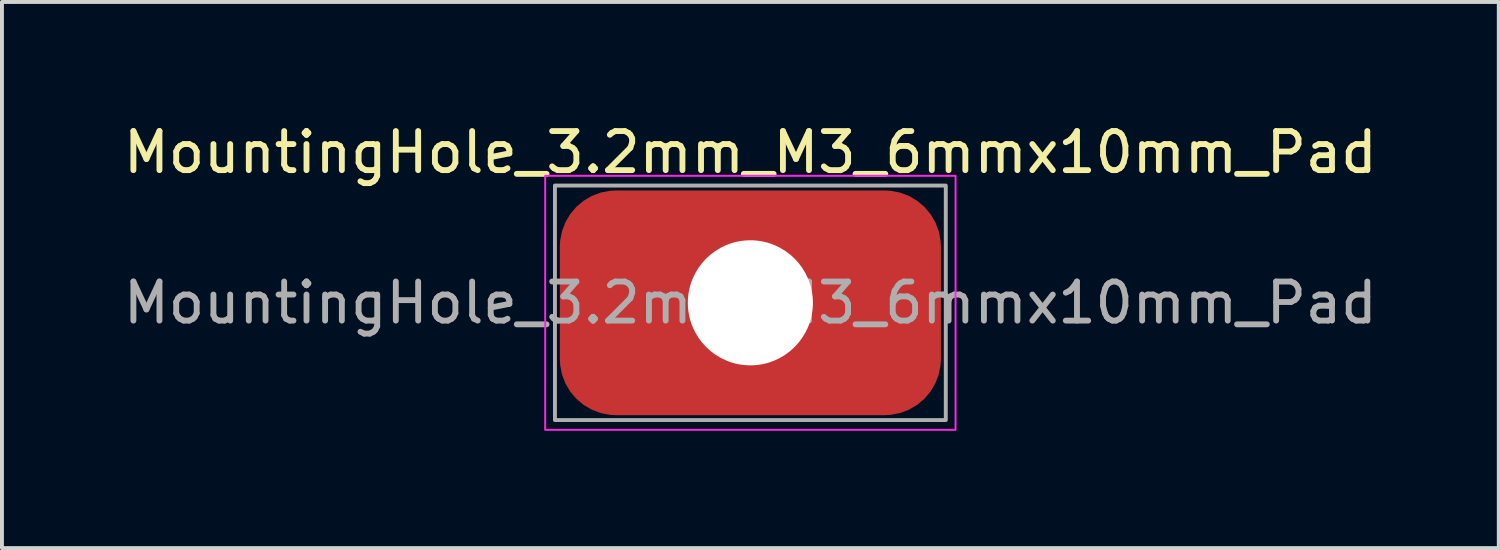
<source format=kicad_pcb>
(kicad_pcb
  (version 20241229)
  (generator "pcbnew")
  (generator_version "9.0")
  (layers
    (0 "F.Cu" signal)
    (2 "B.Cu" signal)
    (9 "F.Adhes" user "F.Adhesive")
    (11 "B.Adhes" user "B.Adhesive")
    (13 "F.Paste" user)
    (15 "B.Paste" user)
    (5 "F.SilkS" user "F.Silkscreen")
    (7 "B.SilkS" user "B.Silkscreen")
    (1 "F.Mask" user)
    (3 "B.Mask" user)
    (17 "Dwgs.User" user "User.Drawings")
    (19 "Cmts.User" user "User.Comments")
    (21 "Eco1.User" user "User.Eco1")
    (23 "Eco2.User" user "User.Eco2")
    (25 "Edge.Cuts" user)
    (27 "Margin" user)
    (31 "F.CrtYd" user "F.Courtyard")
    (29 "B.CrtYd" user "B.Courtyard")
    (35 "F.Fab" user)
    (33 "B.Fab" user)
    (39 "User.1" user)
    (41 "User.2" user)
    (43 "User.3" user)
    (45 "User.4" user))
  (footprint "MountingHole_3.2mm_M3_6mmx10mm_Pad"
    (layer "F.Cu")
    (at 16.149 4.698)
    (property "Reference" "MountingHole_3.2mm_M3_6mmx10mm_Pad" (at 0 -3.85 0) (layer "F.SilkS") (effects (font (size 1 1) (thickness 0.15))))
    (attr exclude_from_pos_files exclude_from_bom)
    (fp_rect (start -5.25 -3.25) (end 5.25 3.25) (stroke (width 0.05) (type solid)) (fill no) (layer "F.CrtYd"))
    (fp_rect (start -5 -3) (end 5 3) (stroke (width 0.1) (type solid)) (fill no) (layer "F.Fab"))
    (fp_text user "${REFERENCE}" (at 0 0 0) (layer "F.Fab") (effects (font (size 1 1) (thickness 0.15))))
    (pad "" np_thru_hole roundrect (at 0 0) (size 9.75 5.75) (drill 3.2) (layers "F.Cu" "F.Mask") (roundrect_rratio 0.25)))
  (gr_rect
    (start -3 -3)
    (end 35.298 10.973)
    (stroke (width 0.1) (type default))
    (fill no)
    (layer "Edge.Cuts")))
</source>
